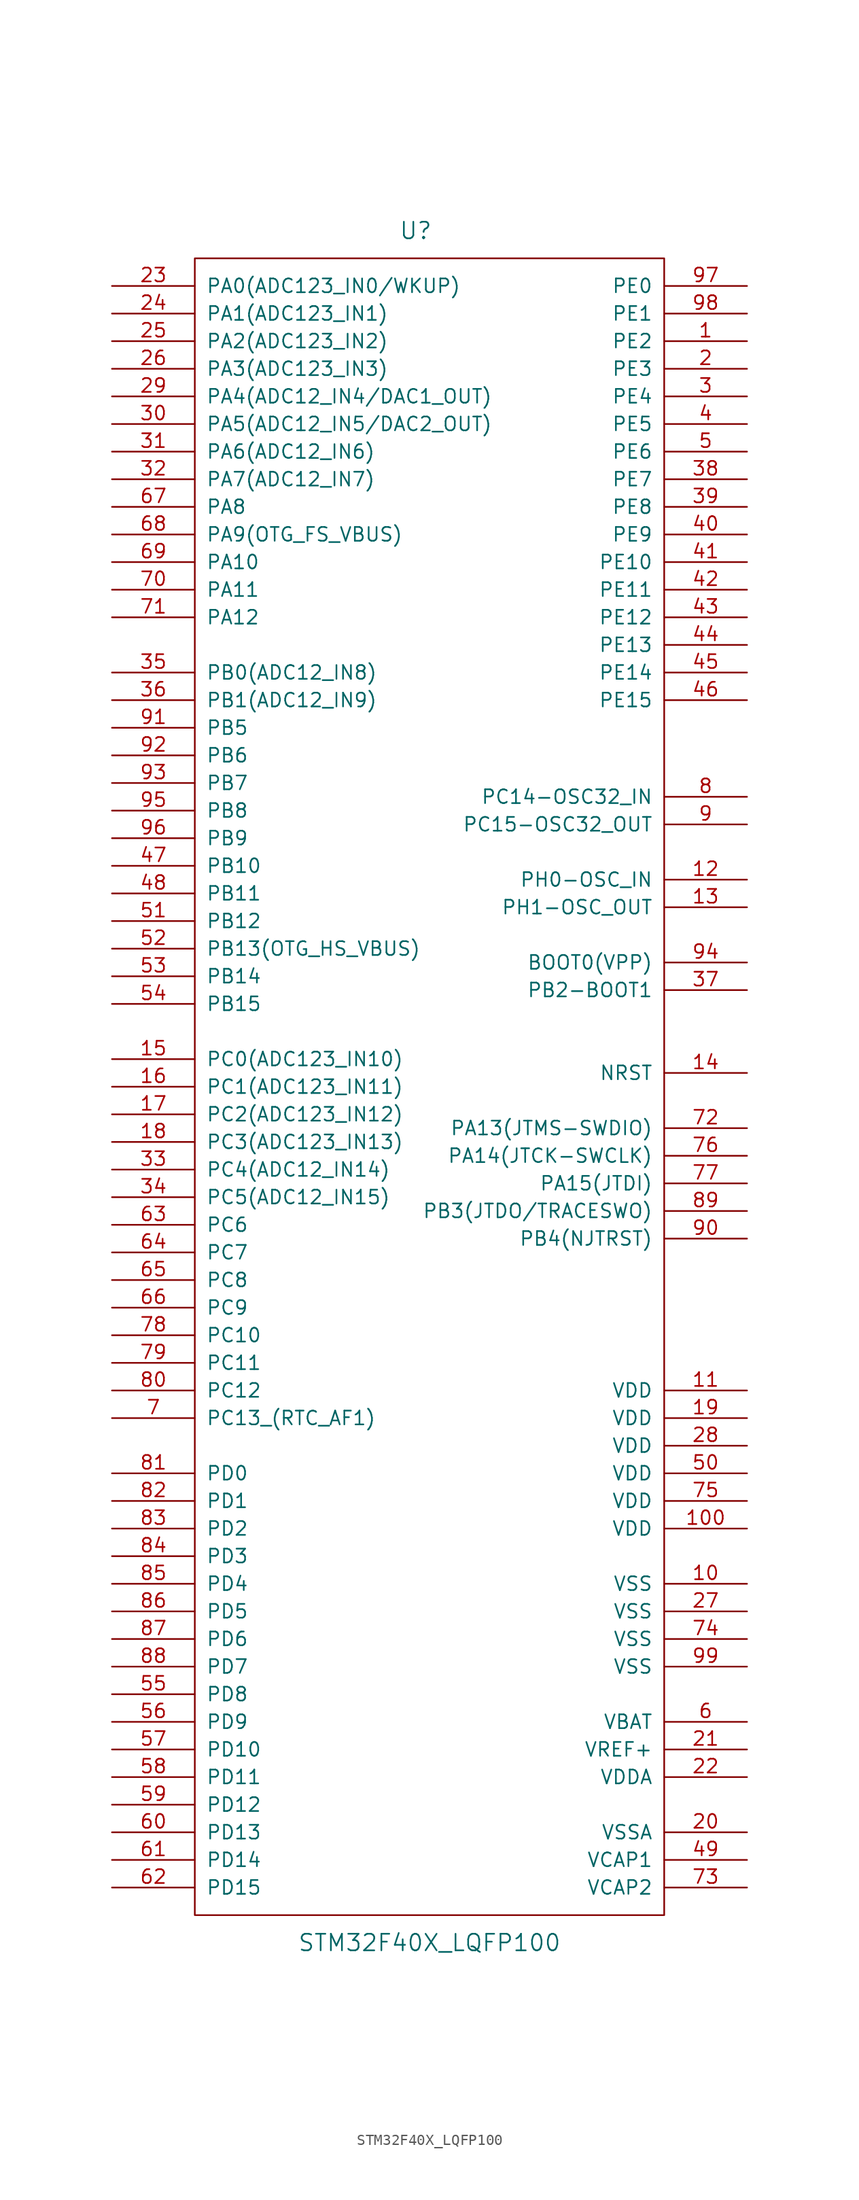
<source format=kicad_sym>
(kicad_symbol_lib
  (version 20220914)
  (generator kicad_symbol_editor)
  (symbol "STM32F40X_LQFP100"
    (pin_names
      (offset 1.016))
    (property "Reference" "U"
      (at -1.27 78.74 0)
      (effects (font (size 1.524 1.524))))
    (property "Value" "STM32F40X_LQFP100"
      (at 0 -78.74 0)
      (effects (font (size 1.524 1.524))))
    (property "Footprint" ""
      (at 0 0 0)
      (effects (font (size 1.524 1.524))))
    (property "Datasheet" ""
      (at 0 0 0)
      (effects (font (size 1.524 1.524))))
    (symbol "STM32F40X_LQFP100_0_1"
      (rectangle (start -21.59 76.2) (end 21.59 -76.2) (stroke (width 0) (type solid)) (fill (type none))))
    (symbol "STM32F40X_LQFP100_1_1"
      (pin bidirectional line (at 29.21 68.58 180) (length 7.62) (name "PE2" (effects (font (size 1.27 1.27)))) (number "1" (effects (font (size 1.27 1.27)))))
      (pin power_in line (at 29.21 -45.72 180) (length 7.62) (name "VSS" (effects (font (size 1.27 1.27)))) (number "10" (effects (font (size 1.27 1.27)))))
      (pin power_in line (at 29.21 -40.64 180) (length 7.62) (name "VDD" (effects (font (size 1.27 1.27)))) (number "100" (effects (font (size 1.27 1.27)))))
      (pin power_in line (at 29.21 -27.94 180) (length 7.62) (name "VDD" (effects (font (size 1.27 1.27)))) (number "11" (effects (font (size 1.27 1.27)))))
      (pin bidirectional line (at 29.21 19.05 180) (length 7.62) (name "PH0-OSC_IN" (effects (font (size 1.27 1.27)))) (number "12" (effects (font (size 1.27 1.27)))))
      (pin bidirectional line (at 29.21 16.51 180) (length 7.62) (name "PH1-OSC_OUT" (effects (font (size 1.27 1.27)))) (number "13" (effects (font (size 1.27 1.27)))))
      (pin bidirectional line (at 29.21 1.27 180) (length 7.62) (name "NRST" (effects (font (size 1.27 1.27)))) (number "14" (effects (font (size 1.27 1.27)))))
      (pin bidirectional line (at -29.21 2.54 0) (length 7.62) (name "PC0(ADC123_IN10)" (effects (font (size 1.27 1.27)))) (number "15" (effects (font (size 1.27 1.27)))))
      (pin bidirectional line (at -29.21 0 0) (length 7.62) (name "PC1(ADC123_IN11)" (effects (font (size 1.27 1.27)))) (number "16" (effects (font (size 1.27 1.27)))))
      (pin bidirectional line (at -29.21 -2.54 0) (length 7.62) (name "PC2(ADC123_IN12)" (effects (font (size 1.27 1.27)))) (number "17" (effects (font (size 1.27 1.27)))))
      (pin bidirectional line (at -29.21 -5.08 0) (length 7.62) (name "PC3(ADC123_IN13)" (effects (font (size 1.27 1.27)))) (number "18" (effects (font (size 1.27 1.27)))))
      (pin power_in line (at 29.21 -30.48 180) (length 7.62) (name "VDD" (effects (font (size 1.27 1.27)))) (number "19" (effects (font (size 1.27 1.27)))))
      (pin bidirectional line (at 29.21 66.04 180) (length 7.62) (name "PE3" (effects (font (size 1.27 1.27)))) (number "2" (effects (font (size 1.27 1.27)))))
      (pin power_in line (at 29.21 -68.58 180) (length 7.62) (name "VSSA" (effects (font (size 1.27 1.27)))) (number "20" (effects (font (size 1.27 1.27)))))
      (pin input line (at 29.21 -60.96 180) (length 7.62) (name "VREF+" (effects (font (size 1.27 1.27)))) (number "21" (effects (font (size 1.27 1.27)))))
      (pin power_in line (at 29.21 -63.5 180) (length 7.62) (name "VDDA" (effects (font (size 1.27 1.27)))) (number "22" (effects (font (size 1.27 1.27)))))
      (pin bidirectional line (at -29.21 73.66 0) (length 7.62) (name "PA0(ADC123_IN0/WKUP)" (effects (font (size 1.27 1.27)))) (number "23" (effects (font (size 1.27 1.27)))))
      (pin bidirectional line (at -29.21 71.12 0) (length 7.62) (name "PA1(ADC123_IN1)" (effects (font (size 1.27 1.27)))) (number "24" (effects (font (size 1.27 1.27)))))
      (pin bidirectional line (at -29.21 68.58 0) (length 7.62) (name "PA2(ADC123_IN2)" (effects (font (size 1.27 1.27)))) (number "25" (effects (font (size 1.27 1.27)))))
      (pin bidirectional line (at -29.21 66.04 0) (length 7.62) (name "PA3(ADC123_IN3)" (effects (font (size 1.27 1.27)))) (number "26" (effects (font (size 1.27 1.27)))))
      (pin power_in line (at 29.21 -48.26 180) (length 7.62) (name "VSS" (effects (font (size 1.27 1.27)))) (number "27" (effects (font (size 1.27 1.27)))))
      (pin power_in line (at 29.21 -33.02 180) (length 7.62) (name "VDD" (effects (font (size 1.27 1.27)))) (number "28" (effects (font (size 1.27 1.27)))))
      (pin bidirectional line (at -29.21 63.5 0) (length 7.62) (name "PA4(ADC12_IN4/DAC1_OUT)" (effects (font (size 1.27 1.27)))) (number "29" (effects (font (size 1.27 1.27)))))
      (pin bidirectional line (at 29.21 63.5 180) (length 7.62) (name "PE4" (effects (font (size 1.27 1.27)))) (number "3" (effects (font (size 1.27 1.27)))))
      (pin bidirectional line (at -29.21 60.96 0) (length 7.62) (name "PA5(ADC12_IN5/DAC2_OUT)" (effects (font (size 1.27 1.27)))) (number "30" (effects (font (size 1.27 1.27)))))
      (pin bidirectional line (at -29.21 58.42 0) (length 7.62) (name "PA6(ADC12_IN6)" (effects (font (size 1.27 1.27)))) (number "31" (effects (font (size 1.27 1.27)))))
      (pin bidirectional line (at -29.21 55.88 0) (length 7.62) (name "PA7(ADC12_IN7)" (effects (font (size 1.27 1.27)))) (number "32" (effects (font (size 1.27 1.27)))))
      (pin bidirectional line (at -29.21 -7.62 0) (length 7.62) (name "PC4(ADC12_IN14)" (effects (font (size 1.27 1.27)))) (number "33" (effects (font (size 1.27 1.27)))))
      (pin bidirectional line (at -29.21 -10.16 0) (length 7.62) (name "PC5(ADC12_IN15)" (effects (font (size 1.27 1.27)))) (number "34" (effects (font (size 1.27 1.27)))))
      (pin bidirectional line (at -29.21 38.1 0) (length 7.62) (name "PB0(ADC12_IN8)" (effects (font (size 1.27 1.27)))) (number "35" (effects (font (size 1.27 1.27)))))
      (pin bidirectional line (at -29.21 35.56 0) (length 7.62) (name "PB1(ADC12_IN9)" (effects (font (size 1.27 1.27)))) (number "36" (effects (font (size 1.27 1.27)))))
      (pin bidirectional line (at 29.21 8.89 180) (length 7.62) (name "PB2-BOOT1" (effects (font (size 1.27 1.27)))) (number "37" (effects (font (size 1.27 1.27)))))
      (pin bidirectional line (at 29.21 55.88 180) (length 7.62) (name "PE7" (effects (font (size 1.27 1.27)))) (number "38" (effects (font (size 1.27 1.27)))))
      (pin bidirectional line (at 29.21 53.34 180) (length 7.62) (name "PE8" (effects (font (size 1.27 1.27)))) (number "39" (effects (font (size 1.27 1.27)))))
      (pin bidirectional line (at 29.21 60.96 180) (length 7.62) (name "PE5" (effects (font (size 1.27 1.27)))) (number "4" (effects (font (size 1.27 1.27)))))
      (pin bidirectional line (at 29.21 50.8 180) (length 7.62) (name "PE9" (effects (font (size 1.27 1.27)))) (number "40" (effects (font (size 1.27 1.27)))))
      (pin bidirectional line (at 29.21 48.26 180) (length 7.62) (name "PE10" (effects (font (size 1.27 1.27)))) (number "41" (effects (font (size 1.27 1.27)))))
      (pin bidirectional line (at 29.21 45.72 180) (length 7.62) (name "PE11" (effects (font (size 1.27 1.27)))) (number "42" (effects (font (size 1.27 1.27)))))
      (pin bidirectional line (at 29.21 43.18 180) (length 7.62) (name "PE12" (effects (font (size 1.27 1.27)))) (number "43" (effects (font (size 1.27 1.27)))))
      (pin bidirectional line (at 29.21 40.64 180) (length 7.62) (name "PE13" (effects (font (size 1.27 1.27)))) (number "44" (effects (font (size 1.27 1.27)))))
      (pin bidirectional line (at 29.21 38.1 180) (length 7.62) (name "PE14" (effects (font (size 1.27 1.27)))) (number "45" (effects (font (size 1.27 1.27)))))
      (pin bidirectional line (at 29.21 35.56 180) (length 7.62) (name "PE15" (effects (font (size 1.27 1.27)))) (number "46" (effects (font (size 1.27 1.27)))))
      (pin bidirectional line (at -29.21 20.32 0) (length 7.62) (name "PB10" (effects (font (size 1.27 1.27)))) (number "47" (effects (font (size 1.27 1.27)))))
      (pin bidirectional line (at -29.21 17.78 0) (length 7.62) (name "PB11" (effects (font (size 1.27 1.27)))) (number "48" (effects (font (size 1.27 1.27)))))
      (pin power_out line (at 29.21 -71.12 180) (length 7.62) (name "VCAP1" (effects (font (size 1.27 1.27)))) (number "49" (effects (font (size 1.27 1.27)))))
      (pin bidirectional line (at 29.21 58.42 180) (length 7.62) (name "PE6" (effects (font (size 1.27 1.27)))) (number "5" (effects (font (size 1.27 1.27)))))
      (pin power_in line (at 29.21 -35.56 180) (length 7.62) (name "VDD" (effects (font (size 1.27 1.27)))) (number "50" (effects (font (size 1.27 1.27)))))
      (pin bidirectional line (at -29.21 15.24 0) (length 7.62) (name "PB12" (effects (font (size 1.27 1.27)))) (number "51" (effects (font (size 1.27 1.27)))))
      (pin bidirectional line (at -29.21 12.7 0) (length 7.62) (name "PB13(OTG_HS_VBUS)" (effects (font (size 1.27 1.27)))) (number "52" (effects (font (size 1.27 1.27)))))
      (pin bidirectional line (at -29.21 10.16 0) (length 7.62) (name "PB14" (effects (font (size 1.27 1.27)))) (number "53" (effects (font (size 1.27 1.27)))))
      (pin bidirectional line (at -29.21 7.62 0) (length 7.62) (name "PB15" (effects (font (size 1.27 1.27)))) (number "54" (effects (font (size 1.27 1.27)))))
      (pin bidirectional line (at -29.21 -55.88 0) (length 7.62) (name "PD8" (effects (font (size 1.27 1.27)))) (number "55" (effects (font (size 1.27 1.27)))))
      (pin bidirectional line (at -29.21 -58.42 0) (length 7.62) (name "PD9" (effects (font (size 1.27 1.27)))) (number "56" (effects (font (size 1.27 1.27)))))
      (pin bidirectional line (at -29.21 -60.96 0) (length 7.62) (name "PD10" (effects (font (size 1.27 1.27)))) (number "57" (effects (font (size 1.27 1.27)))))
      (pin bidirectional line (at -29.21 -63.5 0) (length 7.62) (name "PD11" (effects (font (size 1.27 1.27)))) (number "58" (effects (font (size 1.27 1.27)))))
      (pin bidirectional line (at -29.21 -66.04 0) (length 7.62) (name "PD12" (effects (font (size 1.27 1.27)))) (number "59" (effects (font (size 1.27 1.27)))))
      (pin power_in line (at 29.21 -58.42 180) (length 7.62) (name "VBAT" (effects (font (size 1.27 1.27)))) (number "6" (effects (font (size 1.27 1.27)))))
      (pin bidirectional line (at -29.21 -68.58 0) (length 7.62) (name "PD13" (effects (font (size 1.27 1.27)))) (number "60" (effects (font (size 1.27 1.27)))))
      (pin bidirectional line (at -29.21 -71.12 0) (length 7.62) (name "PD14" (effects (font (size 1.27 1.27)))) (number "61" (effects (font (size 1.27 1.27)))))
      (pin bidirectional line (at -29.21 -73.66 0) (length 7.62) (name "PD15" (effects (font (size 1.27 1.27)))) (number "62" (effects (font (size 1.27 1.27)))))
      (pin bidirectional line (at -29.21 -12.7 0) (length 7.62) (name "PC6" (effects (font (size 1.27 1.27)))) (number "63" (effects (font (size 1.27 1.27)))))
      (pin bidirectional line (at -29.21 -15.24 0) (length 7.62) (name "PC7" (effects (font (size 1.27 1.27)))) (number "64" (effects (font (size 1.27 1.27)))))
      (pin bidirectional line (at -29.21 -17.78 0) (length 7.62) (name "PC8" (effects (font (size 1.27 1.27)))) (number "65" (effects (font (size 1.27 1.27)))))
      (pin bidirectional line (at -29.21 -20.32 0) (length 7.62) (name "PC9" (effects (font (size 1.27 1.27)))) (number "66" (effects (font (size 1.27 1.27)))))
      (pin bidirectional line (at -29.21 53.34 0) (length 7.62) (name "PA8" (effects (font (size 1.27 1.27)))) (number "67" (effects (font (size 1.27 1.27)))))
      (pin bidirectional line (at -29.21 50.8 0) (length 7.62) (name "PA9(OTG_FS_VBUS)" (effects (font (size 1.27 1.27)))) (number "68" (effects (font (size 1.27 1.27)))))
      (pin bidirectional line (at -29.21 48.26 0) (length 7.62) (name "PA10" (effects (font (size 1.27 1.27)))) (number "69" (effects (font (size 1.27 1.27)))))
      (pin bidirectional line (at -29.21 -30.48 0) (length 7.62) (name "PC13_(RTC_AF1)" (effects (font (size 1.27 1.27)))) (number "7" (effects (font (size 1.27 1.27)))))
      (pin bidirectional line (at -29.21 45.72 0) (length 7.62) (name "PA11" (effects (font (size 1.27 1.27)))) (number "70" (effects (font (size 1.27 1.27)))))
      (pin bidirectional line (at -29.21 43.18 0) (length 7.62) (name "PA12" (effects (font (size 1.27 1.27)))) (number "71" (effects (font (size 1.27 1.27)))))
      (pin bidirectional line (at 29.21 -3.81 180) (length 7.62) (name "PA13(JTMS-SWDIO)" (effects (font (size 1.27 1.27)))) (number "72" (effects (font (size 1.27 1.27)))))
      (pin power_out line (at 29.21 -73.66 180) (length 7.62) (name "VCAP2" (effects (font (size 1.27 1.27)))) (number "73" (effects (font (size 1.27 1.27)))))
      (pin power_in line (at 29.21 -50.8 180) (length 7.62) (name "VSS" (effects (font (size 1.27 1.27)))) (number "74" (effects (font (size 1.27 1.27)))))
      (pin power_in line (at 29.21 -38.1 180) (length 7.62) (name "VDD" (effects (font (size 1.27 1.27)))) (number "75" (effects (font (size 1.27 1.27)))))
      (pin bidirectional line (at 29.21 -6.35 180) (length 7.62) (name "PA14(JTCK-SWCLK)" (effects (font (size 1.27 1.27)))) (number "76" (effects (font (size 1.27 1.27)))))
      (pin bidirectional line (at 29.21 -8.89 180) (length 7.62) (name "PA15(JTDI)" (effects (font (size 1.27 1.27)))) (number "77" (effects (font (size 1.27 1.27)))))
      (pin bidirectional line (at -29.21 -22.86 0) (length 7.62) (name "PC10" (effects (font (size 1.27 1.27)))) (number "78" (effects (font (size 1.27 1.27)))))
      (pin bidirectional line (at -29.21 -25.4 0) (length 7.62) (name "PC11" (effects (font (size 1.27 1.27)))) (number "79" (effects (font (size 1.27 1.27)))))
      (pin bidirectional line (at 29.21 26.67 180) (length 7.62) (name "PC14-OSC32_IN" (effects (font (size 1.27 1.27)))) (number "8" (effects (font (size 1.27 1.27)))))
      (pin bidirectional line (at -29.21 -27.94 0) (length 7.62) (name "PC12" (effects (font (size 1.27 1.27)))) (number "80" (effects (font (size 1.27 1.27)))))
      (pin bidirectional line (at -29.21 -35.56 0) (length 7.62) (name "PD0" (effects (font (size 1.27 1.27)))) (number "81" (effects (font (size 1.27 1.27)))))
      (pin bidirectional line (at -29.21 -38.1 0) (length 7.62) (name "PD1" (effects (font (size 1.27 1.27)))) (number "82" (effects (font (size 1.27 1.27)))))
      (pin bidirectional line (at -29.21 -40.64 0) (length 7.62) (name "PD2" (effects (font (size 1.27 1.27)))) (number "83" (effects (font (size 1.27 1.27)))))
      (pin bidirectional line (at -29.21 -43.18 0) (length 7.62) (name "PD3" (effects (font (size 1.27 1.27)))) (number "84" (effects (font (size 1.27 1.27)))))
      (pin bidirectional line (at -29.21 -45.72 0) (length 7.62) (name "PD4" (effects (font (size 1.27 1.27)))) (number "85" (effects (font (size 1.27 1.27)))))
      (pin bidirectional line (at -29.21 -48.26 0) (length 7.62) (name "PD5" (effects (font (size 1.27 1.27)))) (number "86" (effects (font (size 1.27 1.27)))))
      (pin bidirectional line (at -29.21 -50.8 0) (length 7.62) (name "PD6" (effects (font (size 1.27 1.27)))) (number "87" (effects (font (size 1.27 1.27)))))
      (pin bidirectional line (at -29.21 -53.34 0) (length 7.62) (name "PD7" (effects (font (size 1.27 1.27)))) (number "88" (effects (font (size 1.27 1.27)))))
      (pin bidirectional line (at 29.21 -11.43 180) (length 7.62) (name "PB3(JTDO/TRACESWO)" (effects (font (size 1.27 1.27)))) (number "89" (effects (font (size 1.27 1.27)))))
      (pin power_in line (at 29.21 24.13 180) (length 7.62) (name "PC15-OSC32_OUT" (effects (font (size 1.27 1.27)))) (number "9" (effects (font (size 1.27 1.27)))))
      (pin bidirectional line (at 29.21 -13.97 180) (length 7.62) (name "PB4(NJTRST)" (effects (font (size 1.27 1.27)))) (number "90" (effects (font (size 1.27 1.27)))))
      (pin bidirectional line (at -29.21 33.02 0) (length 7.62) (name "PB5" (effects (font (size 1.27 1.27)))) (number "91" (effects (font (size 1.27 1.27)))))
      (pin bidirectional line (at -29.21 30.48 0) (length 7.62) (name "PB6" (effects (font (size 1.27 1.27)))) (number "92" (effects (font (size 1.27 1.27)))))
      (pin bidirectional line (at -29.21 27.94 0) (length 7.62) (name "PB7" (effects (font (size 1.27 1.27)))) (number "93" (effects (font (size 1.27 1.27)))))
      (pin input line (at 29.21 11.43 180) (length 7.62) (name "BOOT0(VPP)" (effects (font (size 1.27 1.27)))) (number "94" (effects (font (size 1.27 1.27)))))
      (pin bidirectional line (at -29.21 25.4 0) (length 7.62) (name "PB8" (effects (font (size 1.27 1.27)))) (number "95" (effects (font (size 1.27 1.27)))))
      (pin bidirectional line (at -29.21 22.86 0) (length 7.62) (name "PB9" (effects (font (size 1.27 1.27)))) (number "96" (effects (font (size 1.27 1.27)))))
      (pin bidirectional line (at 29.21 73.66 180) (length 7.62) (name "PE0" (effects (font (size 1.27 1.27)))) (number "97" (effects (font (size 1.27 1.27)))))
      (pin bidirectional line (at 29.21 71.12 180) (length 7.62) (name "PE1" (effects (font (size 1.27 1.27)))) (number "98" (effects (font (size 1.27 1.27)))))
      (pin power_in line (at 29.21 -53.34 180) (length 7.62) (name "VSS" (effects (font (size 1.27 1.27)))) (number "99" (effects (font (size 1.27 1.27))))))))
</source>
